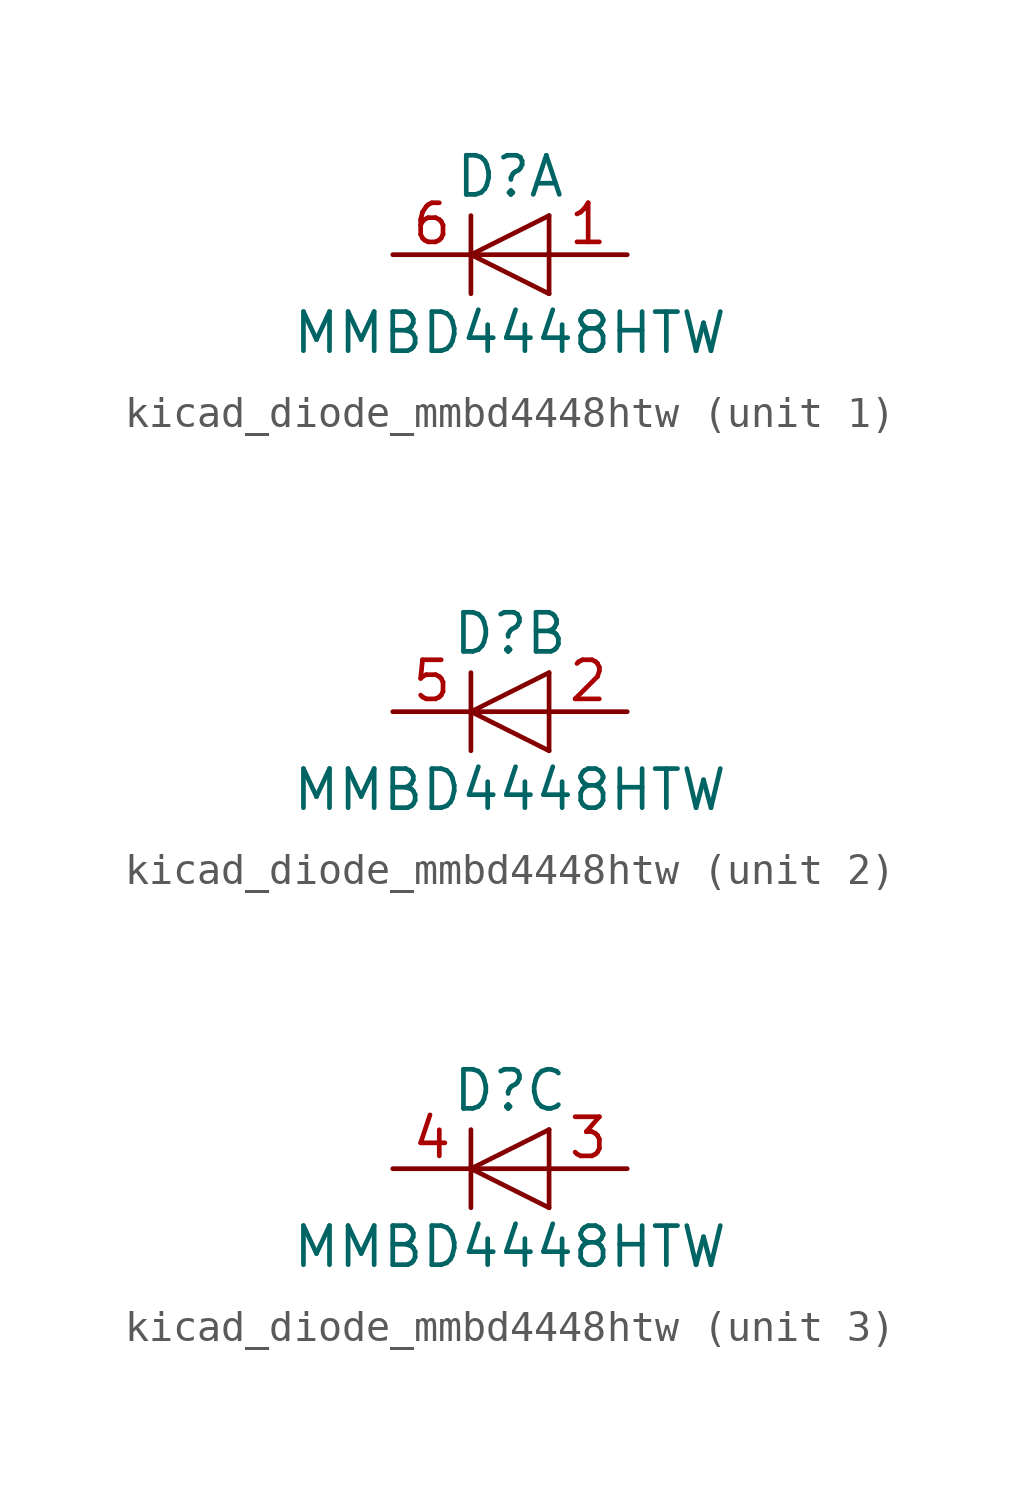
<source format=kicad_sym>
(kicad_symbol_lib
  (version 20220914)
  (generator kicad_symbol_editor)
  (symbol "kicad_diode_mmbd4448htw"
    (pin_names
      (offset 1.016) hide)
    (property "Reference" "D"
      (at 0 2.54 0)
      (effects (font (size 1.27 1.27))))
    (property "Value" "MMBD4448HTW"
      (at 0 -2.54 0)
      (effects (font (size 1.27 1.27))))
    (symbol "kicad_diode_mmbd4448htw_0_1"
      (polyline (pts (xy -1.27 1.27) (xy -1.27 -1.27)) (stroke (width 0.152) (type default)) (fill (type none)))
      (polyline (pts (xy 1.27 0) (xy -1.27 0)) (stroke (width 0) (type default)) (fill (type none)))
      (polyline (pts (xy 1.27 1.27) (xy 1.27 -1.27)) (stroke (width 0) (type default)) (fill (type none)))
      (polyline (pts (xy 1.27 1.27) (xy -1.27 0) (xy 1.27 -1.27)) (stroke (width 0) (type default)) (fill (type none))))
    (symbol "kicad_diode_mmbd4448htw_1_1"
      (pin passive line (at 3.81 0 180) (length 2.54) (name "A" (effects (font (size 1.27 1.27)))) (number "1" (effects (font (size 1.27 1.27)))))
      (pin passive line (at -3.81 0 0) (length 2.54) (name "K" (effects (font (size 1.27 1.27)))) (number "6" (effects (font (size 1.27 1.27))))))
    (symbol "kicad_diode_mmbd4448htw_2_1"
      (pin passive line (at 3.81 0 180) (length 2.54) (name "A" (effects (font (size 1.27 1.27)))) (number "2" (effects (font (size 1.27 1.27)))))
      (pin passive line (at -3.81 0 0) (length 2.54) (name "K" (effects (font (size 1.27 1.27)))) (number "5" (effects (font (size 1.27 1.27))))))
    (symbol "kicad_diode_mmbd4448htw_3_1"
      (pin passive line (at 3.81 0 180) (length 2.54) (name "A" (effects (font (size 1.27 1.27)))) (number "3" (effects (font (size 1.27 1.27)))))
      (pin passive line (at -3.81 0 0) (length 2.54) (name "K" (effects (font (size 1.27 1.27)))) (number "4" (effects (font (size 1.27 1.27))))))))
</source>
